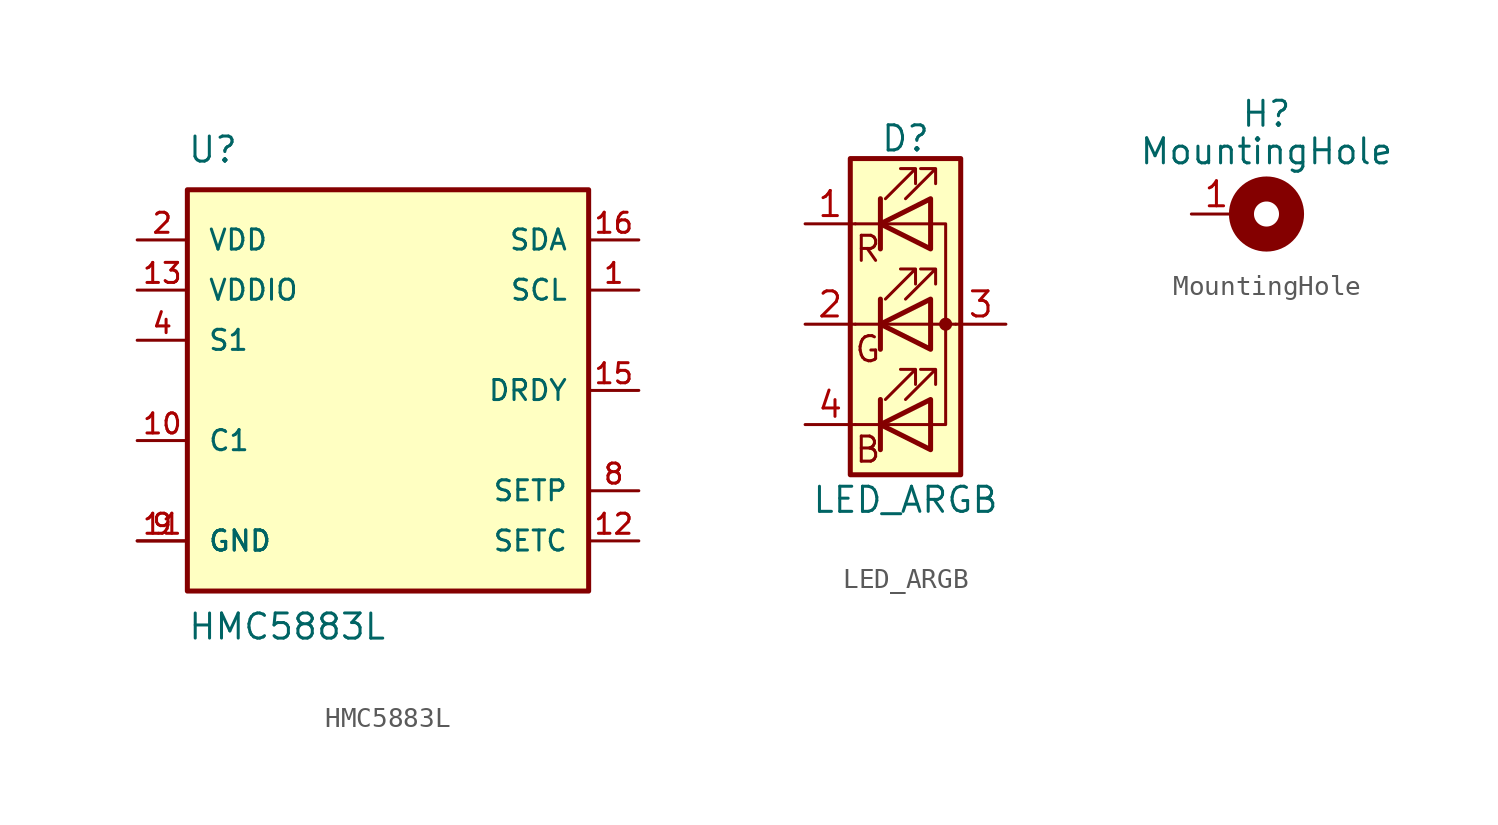
<source format=kicad_sym>
(kicad_symbol_lib
  (version 20220914)
  (generator kicad_symbol_editor)
  (symbol "HMC5883L"
    (pin_names
      (offset 1.016))
    (property "Reference" "U"
      (at -10.176 11.448 0)
      (effects (font (size 1.27 1.27)) (justify left bottom)))
    (property "Value" "HMC5883L"
      (at -10.164 -12.704 0)
      (effects (font (size 1.27 1.27)) (justify left bottom)))
    (symbol "HMC5883L_0_0"
      (rectangle (start -10.16 -10.16) (end 10.16 10.16) (stroke (width 0.254) (type default)) (fill (type background)))
      (pin bidirectional line (at 12.7 5.08 180) (length 2.54) (name "SCL" (effects (font (size 1.016 1.016)))) (number "1" (effects (font (size 1.016 1.016)))))
      (pin bidirectional line (at -12.7 -2.54 0) (length 2.54) (name "C1" (effects (font (size 1.016 1.016)))) (number "10" (effects (font (size 1.016 1.016)))))
      (pin bidirectional line (at 12.7 -7.62 180) (length 2.54) (name "SETC" (effects (font (size 1.016 1.016)))) (number "12" (effects (font (size 1.016 1.016)))))
      (pin bidirectional line (at 12.7 0 180) (length 2.54) (name "DRDY" (effects (font (size 1.016 1.016)))) (number "15" (effects (font (size 1.016 1.016)))))
      (pin bidirectional line (at 12.7 7.62 180) (length 2.54) (name "SDA" (effects (font (size 1.016 1.016)))) (number "16" (effects (font (size 1.016 1.016)))))
      (pin bidirectional line (at 12.7 -5.08 180) (length 2.54) (name "SETP" (effects (font (size 1.016 1.016)))) (number "8" (effects (font (size 1.016 1.016))))))
    (symbol "HMC5883L_1_0"
      (pin power_in line (at -12.7 -7.62 0) (length 2.54) (name "GND" (effects (font (size 1.016 1.016)))) (number "11" (effects (font (size 1.016 1.016)))))
      (pin power_in line (at -12.7 5.08 0) (length 2.54) (name "VDDIO" (effects (font (size 1.016 1.016)))) (number "13" (effects (font (size 1.016 1.016)))))
      (pin power_in line (at -12.7 7.62 0) (length 2.54) (name "VDD" (effects (font (size 1.016 1.016)))) (number "2" (effects (font (size 1.016 1.016)))))
      (pin power_in line (at -12.7 2.54 0) (length 2.54) (name "S1" (effects (font (size 1.016 1.016)))) (number "4" (effects (font (size 1.016 1.016)))))
      (pin power_in line (at -12.7 -7.62 0) (length 2.54) (name "GND" (effects (font (size 1.016 1.016)))) (number "9" (effects (font (size 1.016 1.016)))))))
  (symbol "LED_ARGB"
    (pin_names
      (offset 0) hide)
    (property "Reference" "D"
      (at 0 9.398 0)
      (effects (font (size 1.27 1.27))))
    (property "Value" "LED_ARGB"
      (at 0 -8.89 0)
      (effects (font (size 1.27 1.27))))
    (symbol "LED_ARGB_0_0"
      (text "B" (at -1.905 -6.35 0) (effects (font (size 1.27 1.27))))
      (text "G" (at -1.905 -1.27 0) (effects (font (size 1.27 1.27))))
      (text "R" (at -1.905 3.81 0) (effects (font (size 1.27 1.27)))))
    (symbol "LED_ARGB_0_1"
      (polyline (pts (xy -1.27 -5.08) (xy -2.54 -5.08)) (stroke (width 0) (type default)) (fill (type none)))
      (polyline (pts (xy -1.27 -5.08) (xy 1.27 -5.08)) (stroke (width 0) (type default)) (fill (type none)))
      (polyline (pts (xy -1.27 -3.81) (xy -1.27 -6.35)) (stroke (width 0.254) (type default)) (fill (type none)))
      (polyline (pts (xy -1.27 0) (xy -2.54 0)) (stroke (width 0) (type default)) (fill (type none)))
      (polyline (pts (xy -1.27 1.27) (xy -1.27 -1.27)) (stroke (width 0.254) (type default)) (fill (type none)))
      (polyline (pts (xy -1.27 5.08) (xy -2.54 5.08)) (stroke (width 0) (type default)) (fill (type none)))
      (polyline (pts (xy -1.27 5.08) (xy 1.27 5.08)) (stroke (width 0) (type default)) (fill (type none)))
      (polyline (pts (xy -1.27 6.35) (xy -1.27 3.81)) (stroke (width 0.254) (type default)) (fill (type none)))
      (polyline (pts (xy 1.27 0) (xy -1.27 0)) (stroke (width 0) (type default)) (fill (type none)))
      (polyline (pts (xy 1.27 0) (xy 2.54 0)) (stroke (width 0) (type default)) (fill (type none)))
      (polyline (pts (xy -1.27 1.27) (xy -1.27 -1.27) (xy -1.27 -1.27)) (stroke (width 0) (type default)) (fill (type none)))
      (polyline (pts (xy -1.27 6.35) (xy -1.27 3.81) (xy -1.27 3.81)) (stroke (width 0) (type default)) (fill (type none)))
      (polyline (pts (xy 1.27 -5.08) (xy 2.032 -5.08) (xy 2.032 5.08) (xy 1.27 5.08)) (stroke (width 0) (type default)) (fill (type none)))
      (polyline (pts (xy 1.27 -3.81) (xy 1.27 -6.35) (xy -1.27 -5.08) (xy 1.27 -3.81)) (stroke (width 0.254) (type default)) (fill (type none)))
      (polyline (pts (xy 1.27 1.27) (xy 1.27 -1.27) (xy -1.27 0) (xy 1.27 1.27)) (stroke (width 0.254) (type default)) (fill (type none)))
      (polyline (pts (xy 1.27 6.35) (xy 1.27 3.81) (xy -1.27 5.08) (xy 1.27 6.35)) (stroke (width 0.254) (type default)) (fill (type none)))
      (polyline (pts (xy -1.016 -3.81) (xy 0.508 -2.286) (xy -0.254 -2.286) (xy 0.508 -2.286) (xy 0.508 -3.048)) (stroke (width 0) (type default)) (fill (type none)))
      (polyline (pts (xy -1.016 1.27) (xy 0.508 2.794) (xy -0.254 2.794) (xy 0.508 2.794) (xy 0.508 2.032)) (stroke (width 0) (type default)) (fill (type none)))
      (polyline (pts (xy -1.016 6.35) (xy 0.508 7.874) (xy -0.254 7.874) (xy 0.508 7.874) (xy 0.508 7.112)) (stroke (width 0) (type default)) (fill (type none)))
      (polyline (pts (xy 0 -3.81) (xy 1.524 -2.286) (xy 0.762 -2.286) (xy 1.524 -2.286) (xy 1.524 -3.048)) (stroke (width 0) (type default)) (fill (type none)))
      (polyline (pts (xy 0 1.27) (xy 1.524 2.794) (xy 0.762 2.794) (xy 1.524 2.794) (xy 1.524 2.032)) (stroke (width 0) (type default)) (fill (type none)))
      (polyline (pts (xy 0 6.35) (xy 1.524 7.874) (xy 0.762 7.874) (xy 1.524 7.874) (xy 1.524 7.112)) (stroke (width 0) (type default)) (fill (type none)))
      (rectangle (start 1.27 -1.27) (end 1.27 1.27) (stroke (width 0) (type default)) (fill (type none)))
      (rectangle (start 1.27 1.27) (end 1.27 1.27) (stroke (width 0) (type default)) (fill (type none)))
      (rectangle (start 1.27 3.81) (end 1.27 6.35) (stroke (width 0) (type default)) (fill (type none)))
      (rectangle (start 1.27 6.35) (end 1.27 6.35) (stroke (width 0) (type default)) (fill (type none)))
      (circle (center 2.032 0) (radius 0.254) (stroke (width 0) (type default)) (fill (type outline)))
      (rectangle (start 2.794 8.382) (end -2.794 -7.62) (stroke (width 0.254) (type default)) (fill (type background))))
    (symbol "LED_ARGB_1_1"
      (pin passive line (at -5.08 5.08 0) (length 2.54) (name "RK" (effects (font (size 1.27 1.27)))) (number "1" (effects (font (size 1.27 1.27)))))
      (pin passive line (at -5.08 0 0) (length 2.54) (name "GK" (effects (font (size 1.27 1.27)))) (number "2" (effects (font (size 1.27 1.27)))))
      (pin passive line (at 5.08 0 180) (length 2.54) (name "A" (effects (font (size 1.27 1.27)))) (number "3" (effects (font (size 1.27 1.27)))))
      (pin passive line (at -5.08 -5.08 0) (length 2.54) (name "BK" (effects (font (size 1.27 1.27)))) (number "4" (effects (font (size 1.27 1.27)))))))
  (symbol "MountingHole"
    (pin_names
      (offset 1.016))
    (property "Reference" "H"
      (at 0 5.08 0)
      (effects (font (size 1.27 1.27))))
    (property "Value" "MountingHole"
      (at 0 3.175 0)
      (effects (font (size 1.27 1.27))))
    (symbol "MountingHole_0_1"
      (circle (center 0 0) (radius 1.27) (stroke (width 1.27) (type default)) (fill (type none))))
    (symbol "MountingHole_1_1"
      (pin power_in line (at -3.81 0 0) (length 2.54) (name "" (effects (font (size 1.27 1.27)))) (number "1" (effects (font (size 1.27 1.27))))))))
</source>
